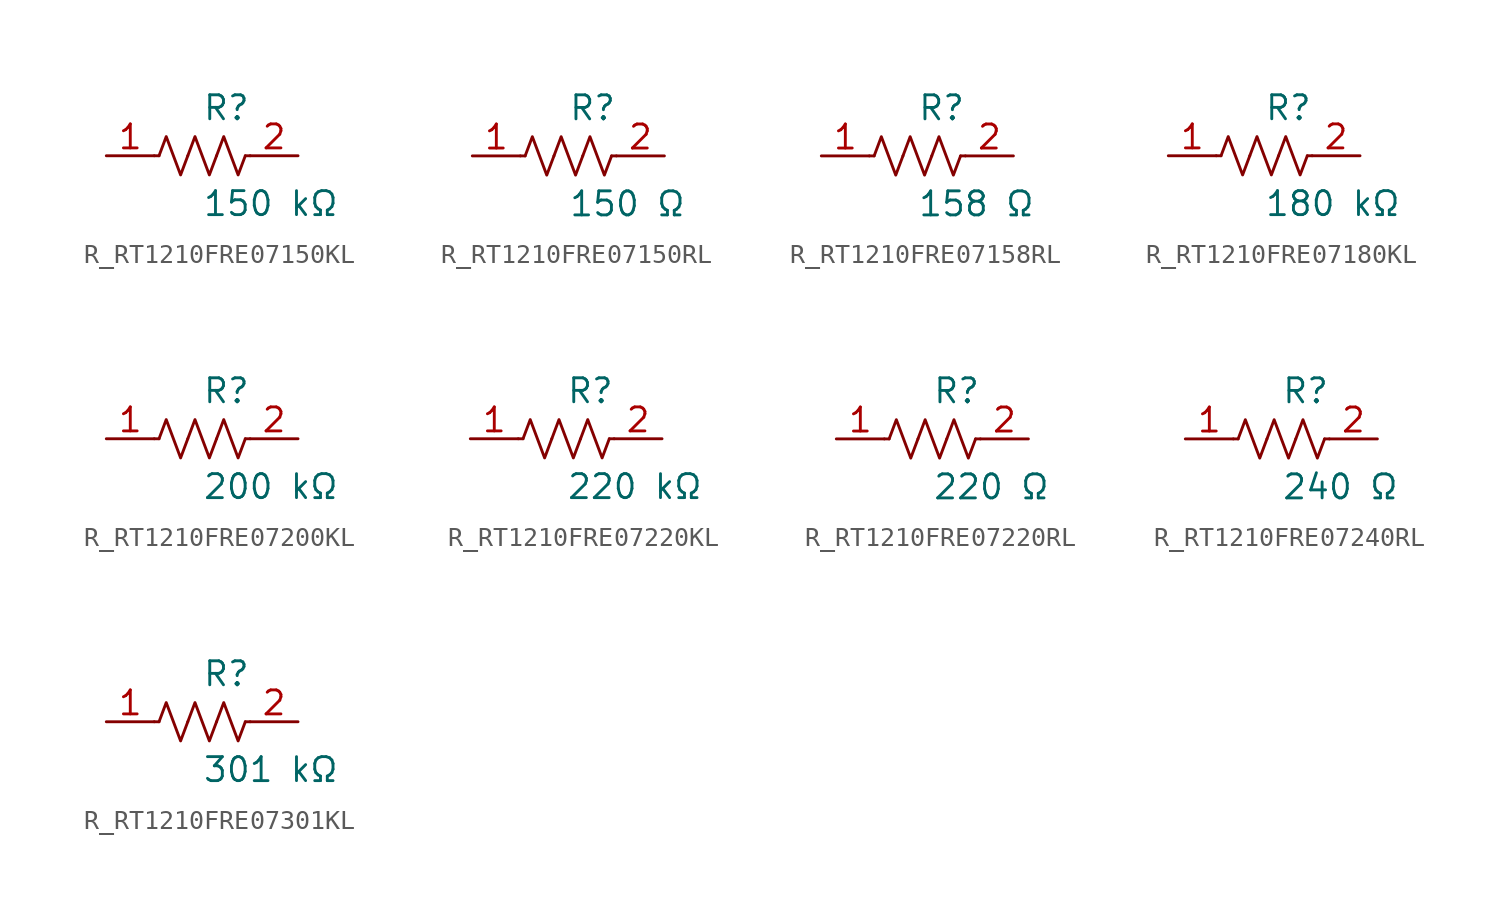
<source format=kicad_sym>
(kicad_symbol_lib
  (version 20231120)
  (generator kicad_symbol_editor)
  (generator_version 8.0)
  (symbol "R_RT1210FRE07150KL"
    (pin_names
      (offset 0.254))
    (property "Reference" "R"
      (at 0 2.54 0)
      (effects (font (size 1.27 1.27)) (justify left)))
    (property "Value" "150 kΩ"
      (at 0 -2.54 0)
      (effects (font (size 1.27 1.27)) (justify left)))
    (symbol "R_RT1210FRE07150KL_0_1"
      (polyline (pts (xy 2.286 0) (xy 2.54 0)) (stroke (width 0) (type default)) (fill (type none)))
      (polyline (pts (xy -2.286 0) (xy -2.54 0)) (stroke (width 0) (type default)) (fill (type none)))
      (polyline (pts (xy 0.762 0) (xy 1.143 1.016) (xy 1.524 0) (xy 1.905 -1.016) (xy 2.286 0)) (stroke (width 0) (type default)) (fill (type none)))
      (polyline (pts (xy -0.762 0) (xy -0.381 1.016) (xy 0 0) (xy 0.381 -1.016) (xy 0.762 0)) (stroke (width 0) (type default)) (fill (type none)))
      (polyline (pts (xy -2.286 0) (xy -1.905 1.016) (xy -1.524 0) (xy -1.143 -1.016) (xy -0.762 0)) (stroke (width 0) (type default)) (fill (type none))))
    (pin unspecified line
      (at -5.08 0 0)
      (length 2.54)
      (name "" (effects (font (size 1.27 1.27))))
      (number "1" (effects (font (size 1.27 1.27)))))
    (pin unspecified line
      (at 5.08 0 180)
      (length 2.54)
      (name "" (effects (font (size 1.27 1.27))))
      (number "2" (effects (font (size 1.27 1.27))))))
  (symbol "R_RT1210FRE07150RL"
    (pin_names
      (offset 0.254))
    (property "Reference" "R"
      (at 0 2.54 0)
      (effects (font (size 1.27 1.27)) (justify left)))
    (property "Value" "150 Ω"
      (at 0 -2.54 0)
      (effects (font (size 1.27 1.27)) (justify left)))
    (symbol "R_RT1210FRE07150RL_0_1"
      (polyline (pts (xy 2.286 0) (xy 2.54 0)) (stroke (width 0) (type default)) (fill (type none)))
      (polyline (pts (xy -2.286 0) (xy -2.54 0)) (stroke (width 0) (type default)) (fill (type none)))
      (polyline (pts (xy 0.762 0) (xy 1.143 1.016) (xy 1.524 0) (xy 1.905 -1.016) (xy 2.286 0)) (stroke (width 0) (type default)) (fill (type none)))
      (polyline (pts (xy -0.762 0) (xy -0.381 1.016) (xy 0 0) (xy 0.381 -1.016) (xy 0.762 0)) (stroke (width 0) (type default)) (fill (type none)))
      (polyline (pts (xy -2.286 0) (xy -1.905 1.016) (xy -1.524 0) (xy -1.143 -1.016) (xy -0.762 0)) (stroke (width 0) (type default)) (fill (type none))))
    (pin unspecified line
      (at -5.08 0 0)
      (length 2.54)
      (name "" (effects (font (size 1.27 1.27))))
      (number "1" (effects (font (size 1.27 1.27)))))
    (pin unspecified line
      (at 5.08 0 180)
      (length 2.54)
      (name "" (effects (font (size 1.27 1.27))))
      (number "2" (effects (font (size 1.27 1.27))))))
  (symbol "R_RT1210FRE07158RL"
    (pin_names
      (offset 0.254))
    (property "Reference" "R"
      (at 0 2.54 0)
      (effects (font (size 1.27 1.27)) (justify left)))
    (property "Value" "158 Ω"
      (at 0 -2.54 0)
      (effects (font (size 1.27 1.27)) (justify left)))
    (symbol "R_RT1210FRE07158RL_0_1"
      (polyline (pts (xy 2.286 0) (xy 2.54 0)) (stroke (width 0) (type default)) (fill (type none)))
      (polyline (pts (xy -2.286 0) (xy -2.54 0)) (stroke (width 0) (type default)) (fill (type none)))
      (polyline (pts (xy 0.762 0) (xy 1.143 1.016) (xy 1.524 0) (xy 1.905 -1.016) (xy 2.286 0)) (stroke (width 0) (type default)) (fill (type none)))
      (polyline (pts (xy -0.762 0) (xy -0.381 1.016) (xy 0 0) (xy 0.381 -1.016) (xy 0.762 0)) (stroke (width 0) (type default)) (fill (type none)))
      (polyline (pts (xy -2.286 0) (xy -1.905 1.016) (xy -1.524 0) (xy -1.143 -1.016) (xy -0.762 0)) (stroke (width 0) (type default)) (fill (type none))))
    (pin unspecified line
      (at -5.08 0 0)
      (length 2.54)
      (name "" (effects (font (size 1.27 1.27))))
      (number "1" (effects (font (size 1.27 1.27)))))
    (pin unspecified line
      (at 5.08 0 180)
      (length 2.54)
      (name "" (effects (font (size 1.27 1.27))))
      (number "2" (effects (font (size 1.27 1.27))))))
  (symbol "R_RT1210FRE07180KL"
    (pin_names
      (offset 0.254))
    (property "Reference" "R"
      (at 0 2.54 0)
      (effects (font (size 1.27 1.27)) (justify left)))
    (property "Value" "180 kΩ"
      (at 0 -2.54 0)
      (effects (font (size 1.27 1.27)) (justify left)))
    (symbol "R_RT1210FRE07180KL_0_1"
      (polyline (pts (xy 2.286 0) (xy 2.54 0)) (stroke (width 0) (type default)) (fill (type none)))
      (polyline (pts (xy -2.286 0) (xy -2.54 0)) (stroke (width 0) (type default)) (fill (type none)))
      (polyline (pts (xy 0.762 0) (xy 1.143 1.016) (xy 1.524 0) (xy 1.905 -1.016) (xy 2.286 0)) (stroke (width 0) (type default)) (fill (type none)))
      (polyline (pts (xy -0.762 0) (xy -0.381 1.016) (xy 0 0) (xy 0.381 -1.016) (xy 0.762 0)) (stroke (width 0) (type default)) (fill (type none)))
      (polyline (pts (xy -2.286 0) (xy -1.905 1.016) (xy -1.524 0) (xy -1.143 -1.016) (xy -0.762 0)) (stroke (width 0) (type default)) (fill (type none))))
    (pin unspecified line
      (at -5.08 0 0)
      (length 2.54)
      (name "" (effects (font (size 1.27 1.27))))
      (number "1" (effects (font (size 1.27 1.27)))))
    (pin unspecified line
      (at 5.08 0 180)
      (length 2.54)
      (name "" (effects (font (size 1.27 1.27))))
      (number "2" (effects (font (size 1.27 1.27))))))
  (symbol "R_RT1210FRE07200KL"
    (pin_names
      (offset 0.254))
    (property "Reference" "R"
      (at 0 2.54 0)
      (effects (font (size 1.27 1.27)) (justify left)))
    (property "Value" "200 kΩ"
      (at 0 -2.54 0)
      (effects (font (size 1.27 1.27)) (justify left)))
    (symbol "R_RT1210FRE07200KL_0_1"
      (polyline (pts (xy 2.286 0) (xy 2.54 0)) (stroke (width 0) (type default)) (fill (type none)))
      (polyline (pts (xy -2.286 0) (xy -2.54 0)) (stroke (width 0) (type default)) (fill (type none)))
      (polyline (pts (xy 0.762 0) (xy 1.143 1.016) (xy 1.524 0) (xy 1.905 -1.016) (xy 2.286 0)) (stroke (width 0) (type default)) (fill (type none)))
      (polyline (pts (xy -0.762 0) (xy -0.381 1.016) (xy 0 0) (xy 0.381 -1.016) (xy 0.762 0)) (stroke (width 0) (type default)) (fill (type none)))
      (polyline (pts (xy -2.286 0) (xy -1.905 1.016) (xy -1.524 0) (xy -1.143 -1.016) (xy -0.762 0)) (stroke (width 0) (type default)) (fill (type none))))
    (pin unspecified line
      (at -5.08 0 0)
      (length 2.54)
      (name "" (effects (font (size 1.27 1.27))))
      (number "1" (effects (font (size 1.27 1.27)))))
    (pin unspecified line
      (at 5.08 0 180)
      (length 2.54)
      (name "" (effects (font (size 1.27 1.27))))
      (number "2" (effects (font (size 1.27 1.27))))))
  (symbol "R_RT1210FRE07220KL"
    (pin_names
      (offset 0.254))
    (property "Reference" "R"
      (at 0 2.54 0)
      (effects (font (size 1.27 1.27)) (justify left)))
    (property "Value" "220 kΩ"
      (at 0 -2.54 0)
      (effects (font (size 1.27 1.27)) (justify left)))
    (symbol "R_RT1210FRE07220KL_0_1"
      (polyline (pts (xy 2.286 0) (xy 2.54 0)) (stroke (width 0) (type default)) (fill (type none)))
      (polyline (pts (xy -2.286 0) (xy -2.54 0)) (stroke (width 0) (type default)) (fill (type none)))
      (polyline (pts (xy 0.762 0) (xy 1.143 1.016) (xy 1.524 0) (xy 1.905 -1.016) (xy 2.286 0)) (stroke (width 0) (type default)) (fill (type none)))
      (polyline (pts (xy -0.762 0) (xy -0.381 1.016) (xy 0 0) (xy 0.381 -1.016) (xy 0.762 0)) (stroke (width 0) (type default)) (fill (type none)))
      (polyline (pts (xy -2.286 0) (xy -1.905 1.016) (xy -1.524 0) (xy -1.143 -1.016) (xy -0.762 0)) (stroke (width 0) (type default)) (fill (type none))))
    (pin unspecified line
      (at -5.08 0 0)
      (length 2.54)
      (name "" (effects (font (size 1.27 1.27))))
      (number "1" (effects (font (size 1.27 1.27)))))
    (pin unspecified line
      (at 5.08 0 180)
      (length 2.54)
      (name "" (effects (font (size 1.27 1.27))))
      (number "2" (effects (font (size 1.27 1.27))))))
  (symbol "R_RT1210FRE07220RL"
    (pin_names
      (offset 0.254))
    (property "Reference" "R"
      (at 0 2.54 0)
      (effects (font (size 1.27 1.27)) (justify left)))
    (property "Value" "220 Ω"
      (at 0 -2.54 0)
      (effects (font (size 1.27 1.27)) (justify left)))
    (symbol "R_RT1210FRE07220RL_0_1"
      (polyline (pts (xy 2.286 0) (xy 2.54 0)) (stroke (width 0) (type default)) (fill (type none)))
      (polyline (pts (xy -2.286 0) (xy -2.54 0)) (stroke (width 0) (type default)) (fill (type none)))
      (polyline (pts (xy 0.762 0) (xy 1.143 1.016) (xy 1.524 0) (xy 1.905 -1.016) (xy 2.286 0)) (stroke (width 0) (type default)) (fill (type none)))
      (polyline (pts (xy -0.762 0) (xy -0.381 1.016) (xy 0 0) (xy 0.381 -1.016) (xy 0.762 0)) (stroke (width 0) (type default)) (fill (type none)))
      (polyline (pts (xy -2.286 0) (xy -1.905 1.016) (xy -1.524 0) (xy -1.143 -1.016) (xy -0.762 0)) (stroke (width 0) (type default)) (fill (type none))))
    (pin unspecified line
      (at -5.08 0 0)
      (length 2.54)
      (name "" (effects (font (size 1.27 1.27))))
      (number "1" (effects (font (size 1.27 1.27)))))
    (pin unspecified line
      (at 5.08 0 180)
      (length 2.54)
      (name "" (effects (font (size 1.27 1.27))))
      (number "2" (effects (font (size 1.27 1.27))))))
  (symbol "R_RT1210FRE07240RL"
    (pin_names
      (offset 0.254))
    (property "Reference" "R"
      (at 0 2.54 0)
      (effects (font (size 1.27 1.27)) (justify left)))
    (property "Value" "240 Ω"
      (at 0 -2.54 0)
      (effects (font (size 1.27 1.27)) (justify left)))
    (symbol "R_RT1210FRE07240RL_0_1"
      (polyline (pts (xy 2.286 0) (xy 2.54 0)) (stroke (width 0) (type default)) (fill (type none)))
      (polyline (pts (xy -2.286 0) (xy -2.54 0)) (stroke (width 0) (type default)) (fill (type none)))
      (polyline (pts (xy 0.762 0) (xy 1.143 1.016) (xy 1.524 0) (xy 1.905 -1.016) (xy 2.286 0)) (stroke (width 0) (type default)) (fill (type none)))
      (polyline (pts (xy -0.762 0) (xy -0.381 1.016) (xy 0 0) (xy 0.381 -1.016) (xy 0.762 0)) (stroke (width 0) (type default)) (fill (type none)))
      (polyline (pts (xy -2.286 0) (xy -1.905 1.016) (xy -1.524 0) (xy -1.143 -1.016) (xy -0.762 0)) (stroke (width 0) (type default)) (fill (type none))))
    (pin unspecified line
      (at -5.08 0 0)
      (length 2.54)
      (name "" (effects (font (size 1.27 1.27))))
      (number "1" (effects (font (size 1.27 1.27)))))
    (pin unspecified line
      (at 5.08 0 180)
      (length 2.54)
      (name "" (effects (font (size 1.27 1.27))))
      (number "2" (effects (font (size 1.27 1.27))))))
  (symbol "R_RT1210FRE07301KL"
    (pin_names
      (offset 0.254))
    (property "Reference" "R"
      (at 0 2.54 0)
      (effects (font (size 1.27 1.27)) (justify left)))
    (property "Value" "301 kΩ"
      (at 0 -2.54 0)
      (effects (font (size 1.27 1.27)) (justify left)))
    (symbol "R_RT1210FRE07301KL_0_1"
      (polyline (pts (xy 2.286 0) (xy 2.54 0)) (stroke (width 0) (type default)) (fill (type none)))
      (polyline (pts (xy -2.286 0) (xy -2.54 0)) (stroke (width 0) (type default)) (fill (type none)))
      (polyline (pts (xy 0.762 0) (xy 1.143 1.016) (xy 1.524 0) (xy 1.905 -1.016) (xy 2.286 0)) (stroke (width 0) (type default)) (fill (type none)))
      (polyline (pts (xy -0.762 0) (xy -0.381 1.016) (xy 0 0) (xy 0.381 -1.016) (xy 0.762 0)) (stroke (width 0) (type default)) (fill (type none)))
      (polyline (pts (xy -2.286 0) (xy -1.905 1.016) (xy -1.524 0) (xy -1.143 -1.016) (xy -0.762 0)) (stroke (width 0) (type default)) (fill (type none))))
    (pin unspecified line
      (at -5.08 0 0)
      (length 2.54)
      (name "" (effects (font (size 1.27 1.27))))
      (number "1" (effects (font (size 1.27 1.27)))))
    (pin unspecified line
      (at 5.08 0 180)
      (length 2.54)
      (name "" (effects (font (size 1.27 1.27))))
      (number "2" (effects (font (size 1.27 1.27)))))))
</source>
